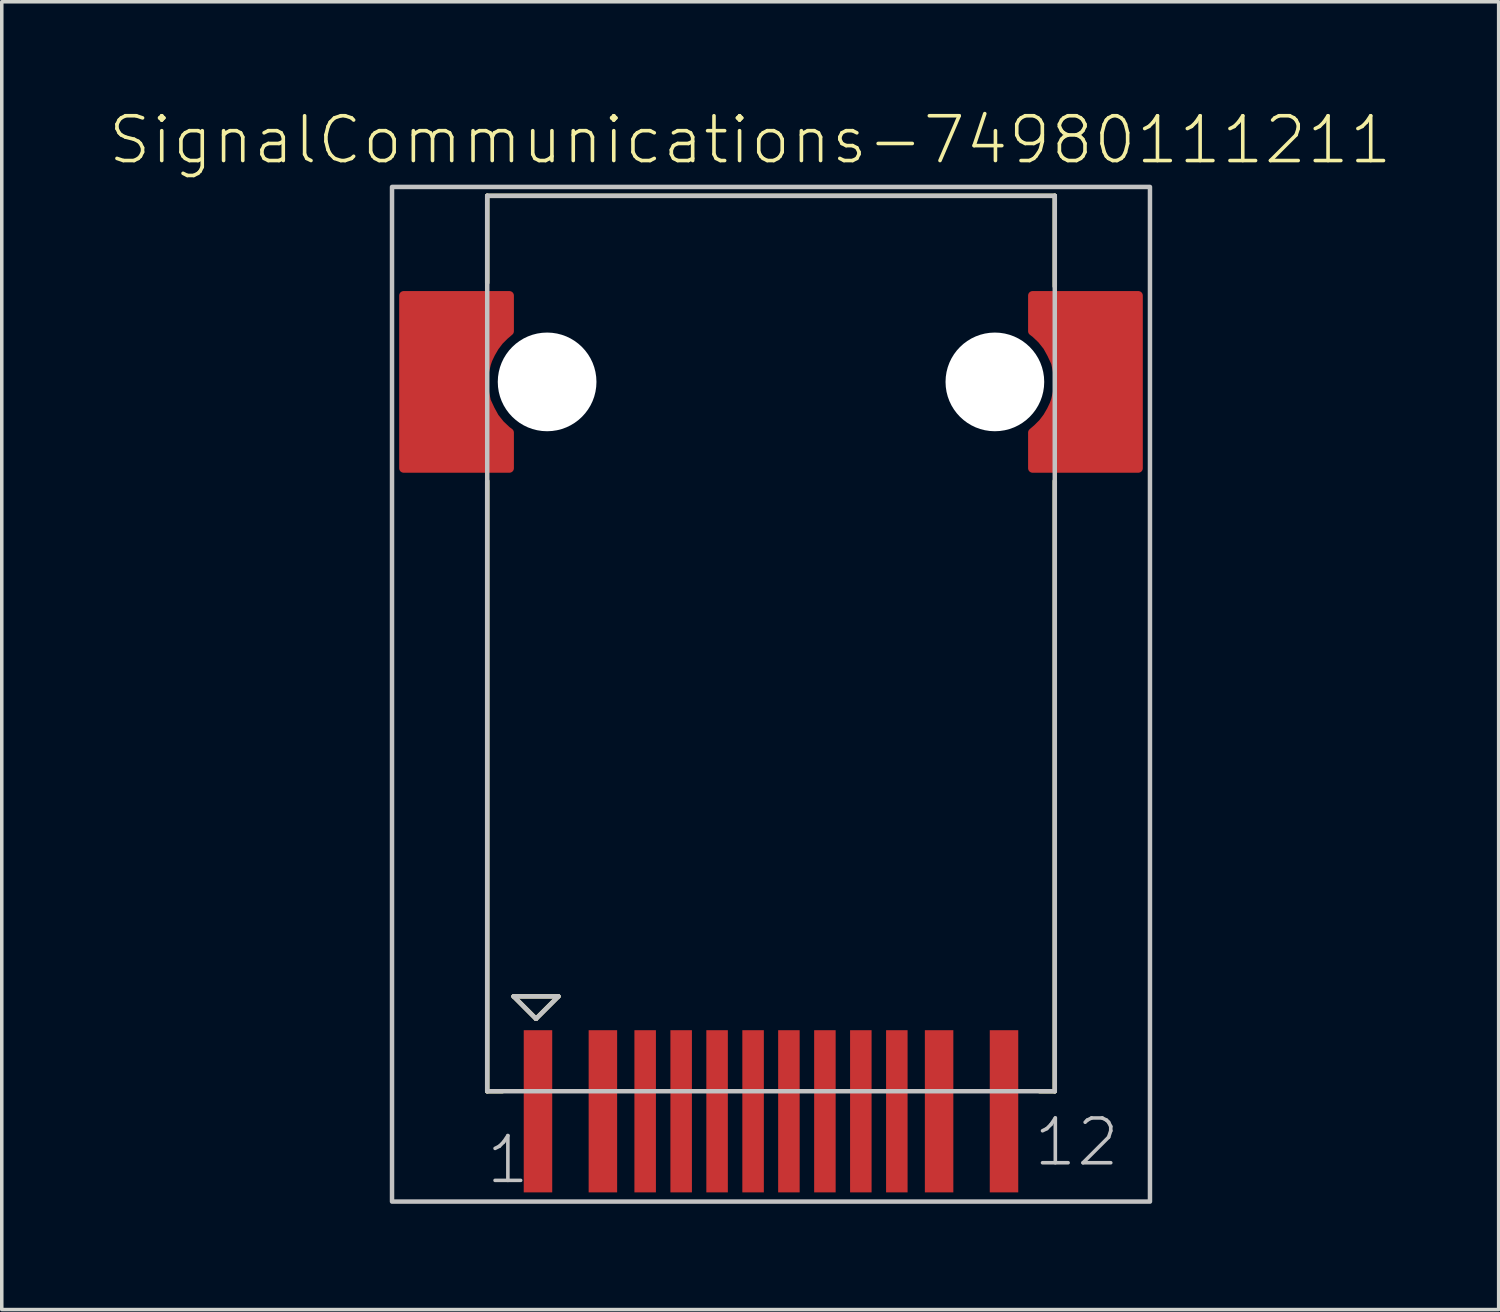
<source format=kicad_pcb>
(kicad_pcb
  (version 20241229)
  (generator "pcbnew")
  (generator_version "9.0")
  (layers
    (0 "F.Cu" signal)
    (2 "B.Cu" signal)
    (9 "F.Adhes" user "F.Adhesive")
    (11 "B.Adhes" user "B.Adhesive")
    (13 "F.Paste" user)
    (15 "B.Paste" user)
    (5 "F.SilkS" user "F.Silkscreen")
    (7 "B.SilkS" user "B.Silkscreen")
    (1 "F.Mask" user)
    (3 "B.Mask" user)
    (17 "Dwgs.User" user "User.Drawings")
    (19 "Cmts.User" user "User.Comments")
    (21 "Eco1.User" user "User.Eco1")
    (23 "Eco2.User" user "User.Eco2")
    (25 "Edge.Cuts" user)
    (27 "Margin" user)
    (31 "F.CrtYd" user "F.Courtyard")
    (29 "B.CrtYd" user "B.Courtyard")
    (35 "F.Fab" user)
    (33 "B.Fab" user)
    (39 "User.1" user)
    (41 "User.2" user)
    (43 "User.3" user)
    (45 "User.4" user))
  (footprint "SignalCommunications-74980111211"
    (layer "F.Cu")
    (at 18.818 7.782)
    (property "Reference" "SignalCommunications-74980111211" (at -0.589 -6.861 0) (layer "F.SilkS") (effects (font (size 1.27 1.27) (thickness 0.102))))
    (attr smd)
    (fp_poly (pts (xy -10.419 -2.449) (xy -7.419 -2.449) (xy -7.419 -1.438) (xy -7.559 -1.318) (xy -7.709 -1.168) (xy -7.838 -0.998) (xy -7.948 -0.808) (xy -8.029 -0.638) (xy -8.07 -0.518) (xy -8.118 -0.318) (xy -8.148 -0.14) (xy -8.148 0.119) (xy -8.118 0.328) (xy -8.07 0.549) (xy -7.958 0.79) (xy -7.838 1.008) (xy -7.678 1.209) (xy -7.498 1.379) (xy -7.419 1.438) (xy -7.419 2.449) (xy -10.419 2.449) (xy -10.419 -2.449)) (stroke (width 0.254) (type solid)) (fill yes) (layer "F.Cu"))
    (fp_poly (pts (xy 10.419 2.449) (xy 7.419 2.449) (xy 7.419 1.438) (xy 7.559 1.318) (xy 7.709 1.168) (xy 7.838 0.998) (xy 7.948 0.808) (xy 8.029 0.638) (xy 8.07 0.518) (xy 8.118 0.318) (xy 8.148 0.14) (xy 8.148 -0.119) (xy 8.118 -0.328) (xy 8.07 -0.549) (xy 7.958 -0.79) (xy 7.838 -1.008) (xy 7.678 -1.209) (xy 7.498 -1.379) (xy 7.419 -1.438) (xy 7.419 -2.449) (xy 10.419 -2.449) (xy 10.419 2.449)) (stroke (width 0.254) (type solid)) (fill yes) (layer "F.Cu"))
    (fp_poly (pts (xy -10.518 -2.548) (xy -7.318 -2.548) (xy -7.318 -1.389) (xy -7.518 -1.229) (xy -7.699 -1.019) (xy -7.828 -0.848) (xy -7.938 -0.62) (xy -7.998 -0.409) (xy -8.049 -0.099) (xy -8.049 0.178) (xy -7.978 0.508) (xy -7.889 0.729) (xy -7.75 0.968) (xy -7.559 1.189) (xy -7.409 1.318) (xy -7.308 1.4) (xy -7.308 2.548) (xy -10.518 2.548) (xy -10.518 -2.548)) (stroke (width 0.254) (type solid)) (fill yes) (layer "F.Mask"))
    (fp_poly (pts (xy 10.518 2.548) (xy 7.318 2.548) (xy 7.318 1.389) (xy 7.518 1.229) (xy 7.699 1.019) (xy 7.828 0.848) (xy 7.938 0.62) (xy 7.998 0.409) (xy 8.049 0.099) (xy 8.049 -0.178) (xy 7.978 -0.508) (xy 7.889 -0.729) (xy 7.75 -0.968) (xy 7.559 -1.189) (xy 7.409 -1.318) (xy 7.308 -1.4) (xy 7.308 -2.548) (xy 10.518 -2.548) (xy 10.518 2.548)) (stroke (width 0.254) (type solid)) (fill yes) (layer "F.Mask"))
    (fp_line (start -8.049 -5.278) (end -8.049 -2.809) (stroke (width 0.127) (type solid)) (layer "F.SilkS"))
    (fp_line (start -8.049 2.809) (end -8.049 20.119) (stroke (width 0.127) (type solid)) (layer "F.SilkS"))
    (fp_line (start -8.049 20.119) (end -7.62 20.119) (stroke (width 0.127) (type solid)) (layer "F.SilkS"))
    (fp_line (start -7.3 17.429) (end -6.665 18.064) (stroke (width 0.127) (type solid)) (layer "F.SilkS"))
    (fp_line (start -6.665 18.064) (end -6.03 17.429) (stroke (width 0.127) (type solid)) (layer "F.SilkS"))
    (fp_line (start -6.03 17.429) (end -7.3 17.429) (stroke (width 0.127) (type solid)) (layer "F.SilkS"))
    (fp_line (start 7.62 20.119) (end 8.049 20.119) (stroke (width 0.127) (type solid)) (layer "F.SilkS"))
    (fp_line (start 8.049 -5.278) (end -8.049 -5.278) (stroke (width 0.127) (type solid)) (layer "F.SilkS"))
    (fp_line (start 8.049 -2.708) (end 8.049 -5.278) (stroke (width 0.127) (type solid)) (layer "F.SilkS"))
    (fp_line (start 8.049 20.119) (end 8.049 2.809) (stroke (width 0.127) (type solid)) (layer "F.SilkS"))
    (fp_poly (pts (xy -10.419 -2.449) (xy -7.419 -2.449) (xy -7.419 -1.438) (xy -7.468 -1.4) (xy -7.529 -1.349) (xy -7.658 -1.219) (xy -7.76 -1.11) (xy -7.889 -0.93) (xy -8.009 -0.658) (xy -8.108 -0.439) (xy -8.148 -0.168) (xy -8.158 0.028) (xy -8.128 0.3) (xy -8.059 0.579) (xy -7.93 0.848) (xy -7.788 1.079) (xy -7.498 1.379) (xy -7.419 1.438) (xy -7.419 2.449) (xy -10.419 2.449) (xy -10.419 -2.449)) (stroke (width 0.254) (type solid)) (fill yes) (layer "F.Paste"))
    (fp_poly (pts (xy 10.419 2.449) (xy 7.419 2.449) (xy 7.419 1.438) (xy 7.468 1.4) (xy 7.529 1.349) (xy 7.658 1.219) (xy 7.76 1.11) (xy 7.889 0.93) (xy 8.009 0.658) (xy 8.108 0.439) (xy 8.148 0.168) (xy 8.158 -0.028) (xy 8.128 -0.3) (xy 8.059 -0.579) (xy 7.93 -0.848) (xy 7.788 -1.079) (xy 7.498 -1.379) (xy 7.419 -1.438) (xy 7.419 -2.449) (xy 10.419 -2.449) (xy 10.419 2.449)) (stroke (width 0.254) (type solid)) (fill yes) (layer "F.Paste"))
    (fp_line (start -8.049 -5.278) (end -8.049 20.119) (stroke (width 0.127) (type solid)) (layer "Dwgs.User"))
    (fp_line (start -8.049 20.119) (end 8.049 20.119) (stroke (width 0.127) (type solid)) (layer "Dwgs.User"))
    (fp_line (start -7.3 17.429) (end -6.665 18.064) (stroke (width 0.127) (type solid)) (layer "Dwgs.User"))
    (fp_line (start -6.665 18.064) (end -6.03 17.429) (stroke (width 0.127) (type solid)) (layer "Dwgs.User"))
    (fp_line (start -6.03 17.429) (end -7.3 17.429) (stroke (width 0.127) (type solid)) (layer "Dwgs.User"))
    (fp_line (start 8.049 -5.278) (end -8.049 -5.278) (stroke (width 0.127) (type solid)) (layer "Dwgs.User"))
    (fp_line (start 8.049 20.119) (end 8.049 -5.278) (stroke (width 0.127) (type solid)) (layer "Dwgs.User"))
    (fp_poly (pts (xy -10.749 -5.53) (xy 10.749 -5.53) (xy 10.749 23.249) (xy -10.749 23.249) (xy -10.749 -5.53)) (stroke (width 0.127) (type solid)) (fill no) (layer "Dwgs.User"))
    (fp_text user "1" (at -7.463 22.065 0) (layer "Dwgs.User") (effects (font (size 1.27 1.27) (thickness 0.102))))
    (fp_text user "12" (at 8.669 21.565 0) (layer "Dwgs.User") (effects (font (size 1.27 1.27) (thickness 0.102))))
    (pad "" np_thru_hole circle (at -6.35 0) (size 2.799 2.799) (drill 2.799) (layers "*.Cu" "*.Mask"))
    (pad "" np_thru_hole circle (at 6.35 0) (size 2.799 2.799) (drill 2.799) (layers "*.Cu" "*.Mask"))
    (pad "1" smd rect (at -6.609 20.688) (size 0.808 4.6) (layers "F.Cu" "F.Mask" "F.Paste"))
    (pad "2" smd rect (at -4.768 20.688) (size 0.808 4.6) (layers "F.Cu" "F.Mask" "F.Paste"))
    (pad "3" smd rect (at -3.569 20.688) (size 0.61 4.6) (layers "F.Cu" "F.Mask" "F.Paste"))
    (pad "4" smd rect (at -2.548 20.688) (size 0.61 4.6) (layers "F.Cu" "F.Mask" "F.Paste"))
    (pad "5" smd rect (at -1.529 20.688) (size 0.61 4.6) (layers "F.Cu" "F.Mask" "F.Paste"))
    (pad "6" smd rect (at -0.508 20.688) (size 0.61 4.6) (layers "F.Cu" "F.Mask" "F.Paste"))
    (pad "7" smd rect (at 0.508 20.688) (size 0.61 4.6) (layers "F.Cu" "F.Mask" "F.Paste"))
    (pad "8" smd rect (at 1.529 20.688) (size 0.61 4.6) (layers "F.Cu" "F.Mask" "F.Paste"))
    (pad "9" smd rect (at 2.548 20.688) (size 0.61 4.6) (layers "F.Cu" "F.Mask" "F.Paste"))
    (pad "10" smd rect (at 3.569 20.688) (size 0.61 4.6) (layers "F.Cu" "F.Mask" "F.Paste"))
    (pad "11" smd rect (at 4.768 20.688) (size 0.808 4.6) (layers "F.Cu" "F.Mask" "F.Paste"))
    (pad "12" smd rect (at 6.609 20.688) (size 0.808 4.6) (layers "F.Cu" "F.Mask" "F.Paste"))
    (pad "Z1" smd rect (at -8.918 0) (size 0.998 4.9) (layers "F.Cu" "F.Mask" "F.Paste"))
    (pad "Z2" smd rect (at 8.918 0) (size 0.998 4.9) (layers "F.Cu" "F.Mask" "F.Paste")))
  (gr_rect
    (start -3 -3)
    (end 39.457 34.094)
    (stroke (width 0.1) (type default))
    (fill no)
    (layer "Edge.Cuts")))
</source>
